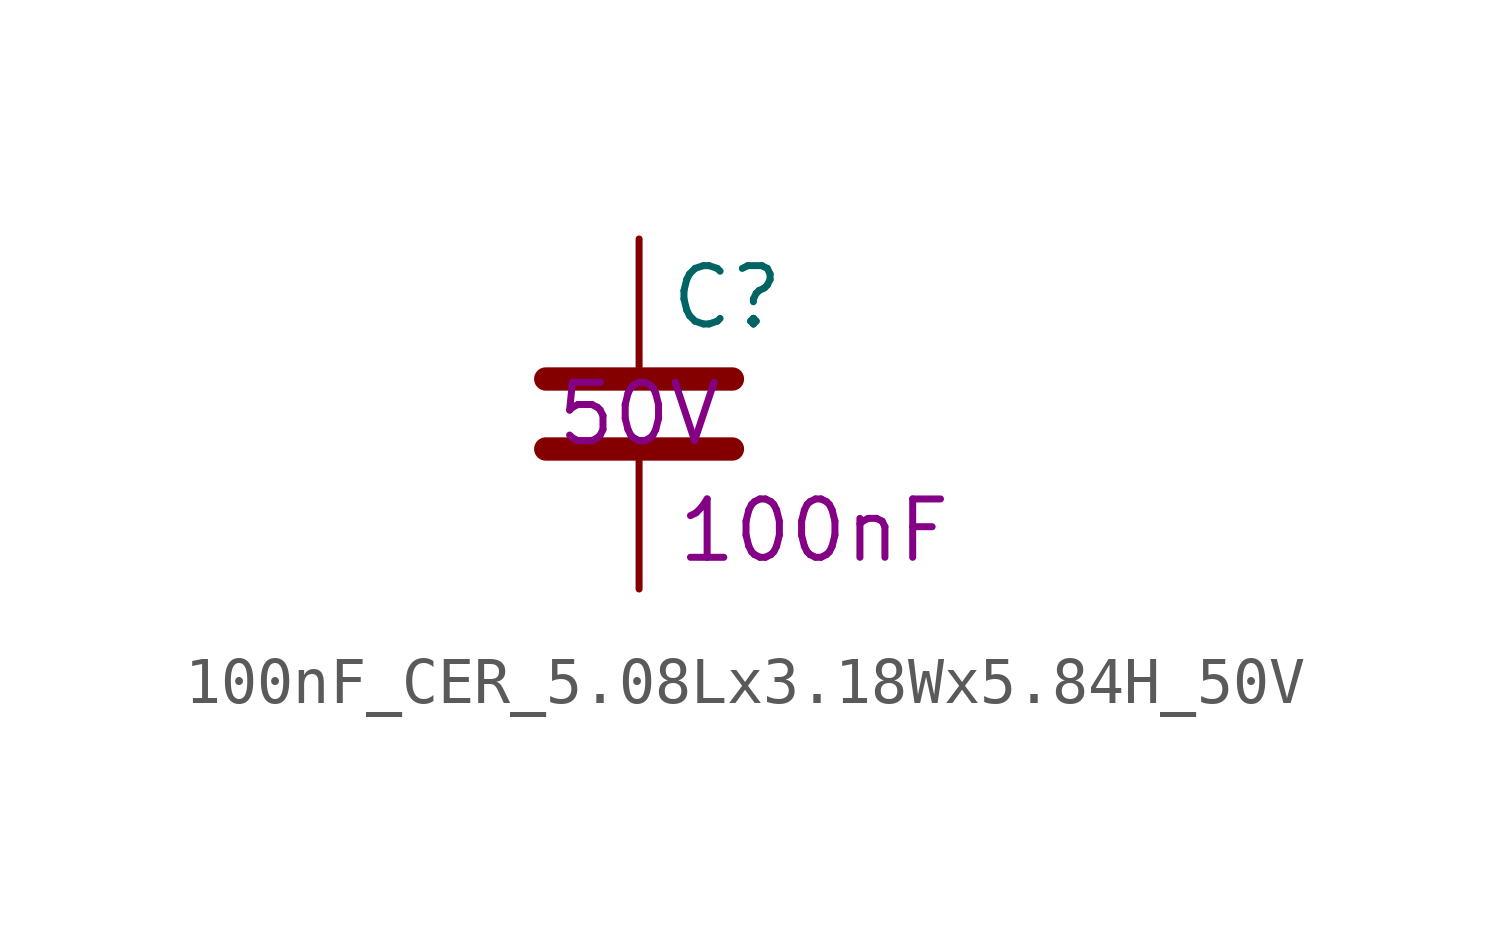
<source format=kicad_sym>
(kicad_symbol_lib
  (version 20211014)
  (generator kicad_symbol_editor)
  (symbol "100nF_CER_5.08Lx3.18Wx5.84H_50V"
    (pin_numbers hide)
    (pin_names
      (offset 0.254))
    (property "Reference" "C"
      (at 0.635 2.54 0)
      (effects (font (size 1.27 1.27)) (justify left)))
    (property "Capacitance" "100nF"
      (at 3.81 -2.54 0)
      (effects (font (size 1.27 1.27))))
    (property "Voltage Rating" "50V"
      (at 0 0 0)
      (effects (font (size 1.27 1.27))))
    (symbol "100nF_CER_5.08Lx3.18Wx5.84H_50V_0_1"
      (polyline (pts (xy -2.032 -0.762) (xy 2.032 -0.762)) (stroke (width 0.508) (type default) (color 0 0 0 0)) (fill (type none)))
      (polyline (pts (xy -2.032 0.762) (xy 2.032 0.762)) (stroke (width 0.508) (type default) (color 0 0 0 0)) (fill (type none))))
    (symbol "100nF_CER_5.08Lx3.18Wx5.84H_50V_1_1"
      (pin passive line (at 0 3.81 270) (length 2.794) (name "~" (effects (font (size 1.27 1.27)))) (number "1" (effects (font (size 1.27 1.27)))))
      (pin passive line (at 0 -3.81 90) (length 2.794) (name "~" (effects (font (size 1.27 1.27)))) (number "2" (effects (font (size 1.27 1.27))))))))
</source>
